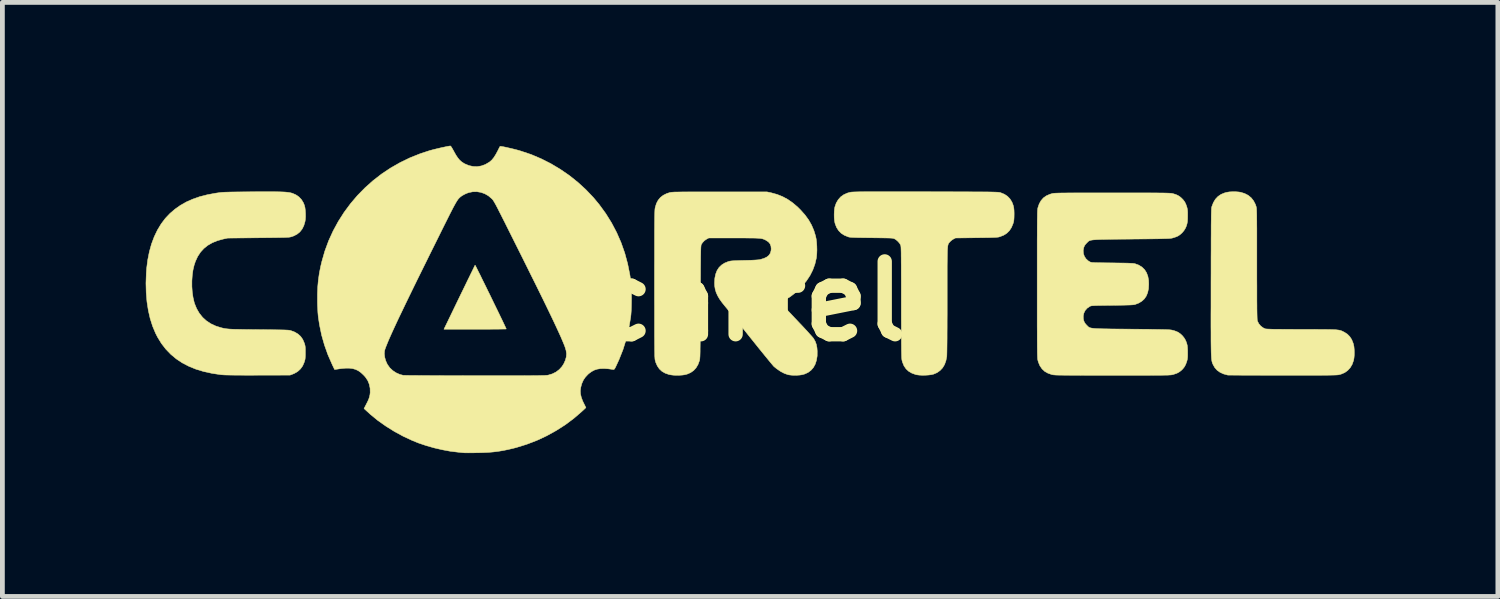
<source format=kicad_pcb>
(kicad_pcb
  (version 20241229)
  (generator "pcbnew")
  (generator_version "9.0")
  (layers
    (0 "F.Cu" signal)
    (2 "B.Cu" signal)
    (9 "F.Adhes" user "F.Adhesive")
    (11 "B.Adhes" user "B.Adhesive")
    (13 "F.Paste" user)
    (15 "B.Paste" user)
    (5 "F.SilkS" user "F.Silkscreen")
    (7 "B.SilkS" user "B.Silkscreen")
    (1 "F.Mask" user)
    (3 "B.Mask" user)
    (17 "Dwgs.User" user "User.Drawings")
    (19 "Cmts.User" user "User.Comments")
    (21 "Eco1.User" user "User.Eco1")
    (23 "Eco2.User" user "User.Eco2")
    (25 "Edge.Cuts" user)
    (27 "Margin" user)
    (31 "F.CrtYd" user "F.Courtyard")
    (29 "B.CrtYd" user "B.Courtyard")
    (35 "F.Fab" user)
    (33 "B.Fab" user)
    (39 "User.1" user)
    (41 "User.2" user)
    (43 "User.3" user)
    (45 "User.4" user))
  (footprint "cartel"
    (layer "F.Cu")
    (at 12.6 3.256)
    (property "Reference" "cartel" (at 0 0 0) (layer "F.SilkS") (effects (font (size 1.524 1.524) (thickness 0.3))))
    (attr through_hole)
    (fp_poly (pts (xy -5.702 -0.749) (xy -5.691 -0.729) (xy -5.674 -0.696) (xy -5.652 -0.651) (xy -5.625 -0.597) (xy -5.593 -0.534) (xy -5.559 -0.463) (xy -5.521 -0.387) (xy -5.481 -0.306) (xy -5.44 -0.221) (xy -5.397 -0.135) (xy -5.355 -0.048) (xy -5.313 0.039) (xy -5.272 0.123) (xy -5.232 0.205) (xy -5.195 0.281) (xy -5.161 0.352) (xy -5.13 0.416) (xy -5.104 0.471) (xy -5.083 0.516) (xy -5.067 0.55) (xy -5.057 0.571) (xy -5.055 0.579) (xy -5.063 0.58) (xy -5.087 0.581) (xy -5.125 0.581) (xy -5.176 0.582) (xy -5.239 0.583) (xy -5.313 0.583) (xy -5.396 0.584) (xy -5.486 0.584) (xy -5.583 0.584) (xy -5.686 0.584) (xy -5.706 0.584) (xy -6.358 0.584) (xy -6.279 0.421) (xy -6.221 0.301) (xy -6.164 0.183) (xy -6.108 0.067) (xy -6.054 -0.045) (xy -6.002 -0.152) (xy -5.952 -0.254) (xy -5.906 -0.349) (xy -5.864 -0.436) (xy -5.825 -0.515) (xy -5.791 -0.585) (xy -5.762 -0.644) (xy -5.739 -0.691) (xy -5.722 -0.727) (xy -5.711 -0.749) (xy -5.707 -0.756) (xy -5.702 -0.749)) (stroke (width 0.01) (type solid)) (fill yes) (layer "F.SilkS"))
    (fp_poly (pts (xy -9.931 -2.293) (xy -9.857 -2.292) (xy -9.794 -2.291) (xy -9.74 -2.289) (xy -9.694 -2.287) (xy -9.656 -2.284) (xy -9.623 -2.28) (xy -9.594 -2.276) (xy -9.569 -2.271) (xy -9.546 -2.265) (xy -9.531 -2.261) (xy -9.458 -2.229) (xy -9.394 -2.185) (xy -9.34 -2.128) (xy -9.299 -2.06) (xy -9.279 -2.009) (xy -9.267 -1.961) (xy -9.26 -1.903) (xy -9.256 -1.838) (xy -9.255 -1.773) (xy -9.259 -1.713) (xy -9.266 -1.669) (xy -9.291 -1.584) (xy -9.327 -1.512) (xy -9.375 -1.451) (xy -9.435 -1.403) (xy -9.508 -1.366) (xy -9.555 -1.35) (xy -9.566 -1.347) (xy -9.579 -1.345) (xy -9.595 -1.342) (xy -9.616 -1.34) (xy -9.642 -1.339) (xy -9.675 -1.337) (xy -9.717 -1.336) (xy -9.768 -1.335) (xy -9.829 -1.334) (xy -9.902 -1.333) (xy -9.988 -1.332) (xy -10.088 -1.331) (xy -10.204 -1.33) (xy -10.245 -1.329) (xy -10.884 -1.323) (xy -10.981 -1.302) (xy -11.101 -1.269) (xy -11.208 -1.225) (xy -11.302 -1.171) (xy -11.384 -1.105) (xy -11.454 -1.028) (xy -11.513 -0.938) (xy -11.56 -0.836) (xy -11.587 -0.755) (xy -11.611 -0.654) (xy -11.626 -0.544) (xy -11.634 -0.428) (xy -11.634 -0.309) (xy -11.626 -0.193) (xy -11.61 -0.083) (xy -11.587 0.017) (xy -11.579 0.045) (xy -11.535 0.153) (xy -11.479 0.25) (xy -11.411 0.335) (xy -11.331 0.408) (xy -11.239 0.469) (xy -11.136 0.517) (xy -11.032 0.55) (xy -11.005 0.557) (xy -10.98 0.563) (xy -10.956 0.568) (xy -10.931 0.572) (xy -10.904 0.576) (xy -10.873 0.579) (xy -10.838 0.582) (xy -10.796 0.584) (xy -10.747 0.586) (xy -10.689 0.587) (xy -10.62 0.588) (xy -10.54 0.59) (xy -10.447 0.591) (xy -10.339 0.592) (xy -10.236 0.593) (xy -10.117 0.594) (xy -10.014 0.595) (xy -9.925 0.596) (xy -9.85 0.597) (xy -9.786 0.598) (xy -9.734 0.599) (xy -9.691 0.6) (xy -9.656 0.602) (xy -9.628 0.603) (xy -9.607 0.605) (xy -9.59 0.607) (xy -9.576 0.61) (xy -9.565 0.613) (xy -9.564 0.613) (xy -9.482 0.644) (xy -9.413 0.685) (xy -9.357 0.736) (xy -9.313 0.799) (xy -9.281 0.874) (xy -9.277 0.884) (xy -9.27 0.91) (xy -9.264 0.936) (xy -9.261 0.964) (xy -9.259 0.999) (xy -9.259 1.045) (xy -9.259 1.075) (xy -9.259 1.127) (xy -9.261 1.166) (xy -9.263 1.197) (xy -9.267 1.222) (xy -9.274 1.247) (xy -9.282 1.274) (xy -9.315 1.351) (xy -9.36 1.414) (xy -9.416 1.466) (xy -9.484 1.507) (xy -9.526 1.525) (xy -9.58 1.545) (xy -10.249 1.546) (xy -10.383 1.547) (xy -10.501 1.547) (xy -10.605 1.546) (xy -10.695 1.546) (xy -10.772 1.545) (xy -10.837 1.544) (xy -10.892 1.543) (xy -10.937 1.542) (xy -10.974 1.54) (xy -11.003 1.538) (xy -11.019 1.537) (xy -11.207 1.509) (xy -11.383 1.471) (xy -11.546 1.422) (xy -11.696 1.361) (xy -11.835 1.289) (xy -11.961 1.205) (xy -12.076 1.109) (xy -12.179 1.002) (xy -12.271 0.883) (xy -12.352 0.751) (xy -12.394 0.669) (xy -12.456 0.521) (xy -12.507 0.361) (xy -12.546 0.19) (xy -12.574 0.009) (xy -12.59 -0.182) (xy -12.595 -0.38) (xy -12.588 -0.586) (xy -12.581 -0.686) (xy -12.558 -0.866) (xy -12.524 -1.037) (xy -12.479 -1.199) (xy -12.422 -1.351) (xy -12.355 -1.491) (xy -12.277 -1.62) (xy -12.189 -1.737) (xy -12.094 -1.837) (xy -11.987 -1.929) (xy -11.872 -2.01) (xy -11.748 -2.08) (xy -11.614 -2.139) (xy -11.469 -2.19) (xy -11.312 -2.23) (xy -11.141 -2.262) (xy -11.057 -2.274) (xy -11.033 -2.277) (xy -11.005 -2.28) (xy -10.972 -2.282) (xy -10.932 -2.284) (xy -10.885 -2.285) (xy -10.829 -2.287) (xy -10.763 -2.288) (xy -10.685 -2.289) (xy -10.594 -2.29) (xy -10.49 -2.291) (xy -10.369 -2.292) (xy -10.358 -2.292) (xy -10.229 -2.293) (xy -10.116 -2.293) (xy -10.017 -2.293) (xy -9.931 -2.293)) (stroke (width 0.01) (type solid)) (fill yes) (layer "F.SilkS"))
    (fp_poly (pts (xy 10.213 -2.293) (xy 10.274 -2.288) (xy 10.316 -2.282) (xy 10.4 -2.256) (xy 10.474 -2.218) (xy 10.536 -2.167) (xy 10.586 -2.104) (xy 10.625 -2.029) (xy 10.64 -1.985) (xy 10.642 -1.977) (xy 10.644 -1.968) (xy 10.646 -1.956) (xy 10.648 -1.942) (xy 10.649 -1.923) (xy 10.65 -1.9) (xy 10.651 -1.871) (xy 10.652 -1.836) (xy 10.653 -1.793) (xy 10.653 -1.742) (xy 10.654 -1.681) (xy 10.654 -1.611) (xy 10.655 -1.529) (xy 10.655 -1.436) (xy 10.655 -1.331) (xy 10.655 -1.211) (xy 10.655 -1.077) (xy 10.655 -0.928) (xy 10.655 -0.779) (xy 10.655 -0.612) (xy 10.655 -0.461) (xy 10.656 -0.326) (xy 10.656 -0.204) (xy 10.656 -0.097) (xy 10.656 -0.003) (xy 10.657 0.079) (xy 10.657 0.15) (xy 10.658 0.211) (xy 10.659 0.262) (xy 10.66 0.303) (xy 10.661 0.337) (xy 10.662 0.364) (xy 10.663 0.384) (xy 10.665 0.398) (xy 10.666 0.407) (xy 10.667 0.411) (xy 10.695 0.468) (xy 10.736 0.517) (xy 10.787 0.555) (xy 10.832 0.576) (xy 10.842 0.578) (xy 10.859 0.579) (xy 10.884 0.581) (xy 10.917 0.582) (xy 10.961 0.584) (xy 11.015 0.585) (xy 11.081 0.585) (xy 11.159 0.586) (xy 11.251 0.587) (xy 11.357 0.587) (xy 11.478 0.588) (xy 11.594 0.588) (xy 11.727 0.588) (xy 11.843 0.588) (xy 11.945 0.589) (xy 12.034 0.589) (xy 12.11 0.59) (xy 12.175 0.591) (xy 12.23 0.592) (xy 12.276 0.594) (xy 12.314 0.596) (xy 12.346 0.6) (xy 12.373 0.603) (xy 12.395 0.608) (xy 12.414 0.613) (xy 12.431 0.62) (xy 12.448 0.627) (xy 12.464 0.636) (xy 12.483 0.645) (xy 12.49 0.649) (xy 12.551 0.689) (xy 12.601 0.74) (xy 12.641 0.802) (xy 12.671 0.878) (xy 12.679 0.906) (xy 12.688 0.95) (xy 12.693 1.006) (xy 12.695 1.067) (xy 12.694 1.129) (xy 12.689 1.186) (xy 12.681 1.232) (xy 12.68 1.236) (xy 12.651 1.319) (xy 12.61 1.389) (xy 12.558 1.446) (xy 12.495 1.492) (xy 12.42 1.524) (xy 12.371 1.537) (xy 12.361 1.539) (xy 12.346 1.54) (xy 12.326 1.542) (xy 12.3 1.543) (xy 12.268 1.544) (xy 12.228 1.545) (xy 12.18 1.546) (xy 12.122 1.547) (xy 12.055 1.547) (xy 11.976 1.548) (xy 11.886 1.548) (xy 11.783 1.548) (xy 11.667 1.548) (xy 11.537 1.548) (xy 11.391 1.548) (xy 11.23 1.548) (xy 11.189 1.548) (xy 11.052 1.548) (xy 10.919 1.548) (xy 10.792 1.548) (xy 10.672 1.547) (xy 10.559 1.547) (xy 10.455 1.547) (xy 10.36 1.547) (xy 10.276 1.546) (xy 10.203 1.546) (xy 10.143 1.545) (xy 10.096 1.545) (xy 10.064 1.545) (xy 10.048 1.544) (xy 10.046 1.544) (xy 9.958 1.52) (xy 9.884 1.486) (xy 9.823 1.442) (xy 9.775 1.388) (xy 9.744 1.334) (xy 9.738 1.321) (xy 9.732 1.309) (xy 9.727 1.298) (xy 9.723 1.286) (xy 9.719 1.272) (xy 9.715 1.257) (xy 9.712 1.239) (xy 9.709 1.217) (xy 9.706 1.191) (xy 9.704 1.16) (xy 9.702 1.123) (xy 9.7 1.08) (xy 9.699 1.029) (xy 9.698 0.97) (xy 9.697 0.903) (xy 9.696 0.826) (xy 9.696 0.738) (xy 9.696 0.64) (xy 9.695 0.53) (xy 9.695 0.407) (xy 9.695 0.271) (xy 9.696 0.122) (xy 9.696 -0.043) (xy 9.696 -0.223) (xy 9.696 -0.398) (xy 9.697 -0.588) (xy 9.697 -0.762) (xy 9.697 -0.92) (xy 9.698 -1.064) (xy 9.698 -1.194) (xy 9.698 -1.31) (xy 9.699 -1.414) (xy 9.699 -1.506) (xy 9.699 -1.588) (xy 9.7 -1.659) (xy 9.701 -1.72) (xy 9.701 -1.773) (xy 9.702 -1.818) (xy 9.703 -1.856) (xy 9.704 -1.887) (xy 9.705 -1.912) (xy 9.706 -1.933) (xy 9.707 -1.949) (xy 9.709 -1.961) (xy 9.71 -1.971) (xy 9.712 -1.979) (xy 9.714 -1.984) (xy 9.746 -2.067) (xy 9.788 -2.137) (xy 9.842 -2.194) (xy 9.906 -2.238) (xy 9.982 -2.269) (xy 10.031 -2.282) (xy 10.084 -2.29) (xy 10.147 -2.293) (xy 10.213 -2.293)) (stroke (width 0.01) (type solid)) (fill yes) (layer "F.SilkS"))
    (fp_poly (pts (xy 3.059 -2.293) (xy 3.202 -2.293) (xy 3.359 -2.293) (xy 3.532 -2.293) (xy 3.721 -2.293) (xy 3.909 -2.292) (xy 4.081 -2.292) (xy 4.237 -2.292) (xy 4.379 -2.291) (xy 4.506 -2.291) (xy 4.621 -2.291) (xy 4.723 -2.29) (xy 4.814 -2.29) (xy 4.893 -2.29) (xy 4.963 -2.289) (xy 5.023 -2.289) (xy 5.075 -2.288) (xy 5.119 -2.287) (xy 5.155 -2.286) (xy 5.186 -2.285) (xy 5.211 -2.284) (xy 5.231 -2.283) (xy 5.247 -2.282) (xy 5.259 -2.28) (xy 5.27 -2.279) (xy 5.278 -2.277) (xy 5.285 -2.275) (xy 5.293 -2.273) (xy 5.293 -2.273) (xy 5.371 -2.241) (xy 5.436 -2.198) (xy 5.488 -2.144) (xy 5.528 -2.08) (xy 5.528 -2.08) (xy 5.546 -2.037) (xy 5.559 -1.997) (xy 5.568 -1.955) (xy 5.573 -1.907) (xy 5.575 -1.849) (xy 5.575 -1.812) (xy 5.574 -1.761) (xy 5.572 -1.722) (xy 5.569 -1.692) (xy 5.564 -1.665) (xy 5.557 -1.638) (xy 5.552 -1.624) (xy 5.519 -1.544) (xy 5.476 -1.478) (xy 5.422 -1.425) (xy 5.356 -1.383) (xy 5.277 -1.352) (xy 5.27 -1.35) (xy 5.257 -1.346) (xy 5.241 -1.343) (xy 5.222 -1.341) (xy 5.197 -1.339) (xy 5.166 -1.337) (xy 5.126 -1.336) (xy 5.076 -1.334) (xy 5.014 -1.333) (xy 4.94 -1.332) (xy 4.851 -1.331) (xy 4.784 -1.33) (xy 4.348 -1.325) (xy 4.304 -1.302) (xy 4.273 -1.282) (xy 4.243 -1.257) (xy 4.231 -1.244) (xy 4.223 -1.235) (xy 4.215 -1.227) (xy 4.209 -1.219) (xy 4.203 -1.211) (xy 4.198 -1.201) (xy 4.194 -1.188) (xy 4.19 -1.173) (xy 4.186 -1.153) (xy 4.184 -1.128) (xy 4.181 -1.097) (xy 4.179 -1.059) (xy 4.178 -1.013) (xy 4.177 -0.959) (xy 4.176 -0.895) (xy 4.175 -0.822) (xy 4.174 -0.736) (xy 4.174 -0.639) (xy 4.174 -0.529) (xy 4.174 -0.405) (xy 4.174 -0.266) (xy 4.174 -0.111) (xy 4.174 -0.026) (xy 4.174 0.129) (xy 4.174 0.277) (xy 4.173 0.416) (xy 4.173 0.545) (xy 4.172 0.664) (xy 4.172 0.773) (xy 4.171 0.869) (xy 4.17 0.953) (xy 4.169 1.023) (xy 4.168 1.079) (xy 4.167 1.12) (xy 4.166 1.145) (xy 4.166 1.151) (xy 4.148 1.243) (xy 4.119 1.324) (xy 4.078 1.393) (xy 4.025 1.449) (xy 3.961 1.494) (xy 3.888 1.525) (xy 3.842 1.536) (xy 3.784 1.543) (xy 3.719 1.547) (xy 3.653 1.548) (xy 3.591 1.545) (xy 3.537 1.538) (xy 3.515 1.533) (xy 3.435 1.504) (xy 3.368 1.465) (xy 3.314 1.415) (xy 3.271 1.353) (xy 3.24 1.278) (xy 3.229 1.239) (xy 3.227 1.229) (xy 3.225 1.218) (xy 3.224 1.203) (xy 3.222 1.184) (xy 3.221 1.161) (xy 3.22 1.132) (xy 3.219 1.096) (xy 3.218 1.053) (xy 3.217 1.001) (xy 3.217 0.941) (xy 3.216 0.871) (xy 3.216 0.789) (xy 3.215 0.696) (xy 3.215 0.591) (xy 3.215 0.471) (xy 3.214 0.338) (xy 3.214 0.19) (xy 3.214 0.025) (xy 3.214 0.017) (xy 3.214 -0.148) (xy 3.214 -0.296) (xy 3.214 -0.429) (xy 3.213 -0.548) (xy 3.213 -0.653) (xy 3.213 -0.746) (xy 3.212 -0.827) (xy 3.212 -0.897) (xy 3.211 -0.956) (xy 3.211 -1.006) (xy 3.21 -1.048) (xy 3.209 -1.083) (xy 3.208 -1.11) (xy 3.207 -1.132) (xy 3.205 -1.148) (xy 3.204 -1.16) (xy 3.202 -1.169) (xy 3.2 -1.176) (xy 3.199 -1.178) (xy 3.176 -1.217) (xy 3.142 -1.255) (xy 3.104 -1.288) (xy 3.075 -1.306) (xy 3.066 -1.31) (xy 3.057 -1.313) (xy 3.046 -1.317) (xy 3.033 -1.319) (xy 3.015 -1.321) (xy 2.991 -1.323) (xy 2.959 -1.324) (xy 2.919 -1.325) (xy 2.868 -1.326) (xy 2.806 -1.327) (xy 2.73 -1.328) (xy 2.64 -1.329) (xy 2.591 -1.33) (xy 2.491 -1.331) (xy 2.407 -1.332) (xy 2.337 -1.333) (xy 2.279 -1.334) (xy 2.233 -1.336) (xy 2.195 -1.337) (xy 2.166 -1.339) (xy 2.144 -1.341) (xy 2.126 -1.343) (xy 2.112 -1.346) (xy 2.1 -1.35) (xy 2.1 -1.35) (xy 2.02 -1.383) (xy 1.955 -1.425) (xy 1.902 -1.479) (xy 1.86 -1.544) (xy 1.83 -1.621) (xy 1.823 -1.648) (xy 1.815 -1.695) (xy 1.81 -1.752) (xy 1.809 -1.814) (xy 1.811 -1.876) (xy 1.816 -1.931) (xy 1.823 -1.973) (xy 1.852 -2.056) (xy 1.893 -2.126) (xy 1.945 -2.185) (xy 2.009 -2.231) (xy 2.085 -2.265) (xy 2.142 -2.281) (xy 2.151 -2.283) (xy 2.162 -2.284) (xy 2.175 -2.286) (xy 2.192 -2.287) (xy 2.213 -2.288) (xy 2.239 -2.289) (xy 2.27 -2.29) (xy 2.308 -2.291) (xy 2.353 -2.292) (xy 2.405 -2.292) (xy 2.467 -2.293) (xy 2.538 -2.293) (xy 2.618 -2.293) (xy 2.71 -2.293) (xy 2.814 -2.293) (xy 2.93 -2.293) (xy 3.059 -2.293)) (stroke (width 0.01) (type solid)) (fill yes) (layer "F.SilkS"))
    (fp_poly (pts (xy 0.491 -2.271) (xy 0.614 -2.237) (xy 0.729 -2.191) (xy 0.838 -2.132) (xy 0.943 -2.059) (xy 1.047 -1.97) (xy 1.106 -1.911) (xy 1.197 -1.809) (xy 1.273 -1.705) (xy 1.335 -1.596) (xy 1.384 -1.482) (xy 1.419 -1.367) (xy 1.432 -1.306) (xy 1.441 -1.233) (xy 1.446 -1.153) (xy 1.448 -1.072) (xy 1.445 -0.995) (xy 1.439 -0.926) (xy 1.436 -0.906) (xy 1.406 -0.778) (xy 1.362 -0.657) (xy 1.303 -0.54) (xy 1.229 -0.428) (xy 1.139 -0.318) (xy 1.105 -0.281) (xy 1.002 -0.183) (xy 0.894 -0.1) (xy 0.782 -0.032) (xy 0.768 -0.025) (xy 0.733 -0.007) (xy 0.705 0.009) (xy 0.686 0.021) (xy 0.679 0.026) (xy 0.679 0.026) (xy 0.686 0.033) (xy 0.702 0.051) (xy 0.729 0.079) (xy 0.763 0.116) (xy 0.806 0.161) (xy 0.855 0.213) (xy 0.909 0.27) (xy 0.967 0.332) (xy 1.015 0.382) (xy 1.077 0.448) (xy 1.137 0.511) (xy 1.193 0.571) (xy 1.244 0.626) (xy 1.288 0.675) (xy 1.325 0.716) (xy 1.353 0.748) (xy 1.372 0.77) (xy 1.378 0.779) (xy 1.412 0.839) (xy 1.435 0.902) (xy 1.449 0.973) (xy 1.454 1.042) (xy 1.453 1.144) (xy 1.438 1.236) (xy 1.412 1.316) (xy 1.374 1.386) (xy 1.324 1.443) (xy 1.263 1.489) (xy 1.191 1.522) (xy 1.136 1.537) (xy 1.088 1.544) (xy 1.031 1.548) (xy 0.971 1.549) (xy 0.914 1.546) (xy 0.865 1.54) (xy 0.844 1.536) (xy 0.766 1.509) (xy 0.686 1.467) (xy 0.606 1.412) (xy 0.547 1.364) (xy 0.537 1.353) (xy 0.517 1.329) (xy 0.488 1.295) (xy 0.451 1.25) (xy 0.407 1.196) (xy 0.356 1.134) (xy 0.3 1.065) (xy 0.239 0.99) (xy 0.175 0.91) (xy 0.107 0.825) (xy 0.056 0.762) (xy -0.014 0.674) (xy -0.083 0.588) (xy -0.149 0.506) (xy -0.212 0.428) (xy -0.27 0.355) (xy -0.323 0.29) (xy -0.37 0.232) (xy -0.409 0.184) (xy -0.44 0.145) (xy -0.462 0.119) (xy -0.471 0.108) (xy -0.537 0.026) (xy -0.59 -0.048) (xy -0.631 -0.118) (xy -0.661 -0.185) (xy -0.681 -0.252) (xy -0.692 -0.32) (xy -0.695 -0.385) (xy -0.689 -0.484) (xy -0.671 -0.57) (xy -0.642 -0.645) (xy -0.601 -0.708) (xy -0.547 -0.76) (xy -0.481 -0.802) (xy -0.411 -0.83) (xy -0.393 -0.835) (xy -0.376 -0.84) (xy -0.356 -0.843) (xy -0.332 -0.846) (xy -0.301 -0.848) (xy -0.262 -0.85) (xy -0.213 -0.852) (xy -0.151 -0.854) (xy -0.074 -0.856) (xy -0.072 -0.856) (xy 0.015 -0.858) (xy 0.087 -0.86) (xy 0.145 -0.863) (xy 0.191 -0.866) (xy 0.227 -0.869) (xy 0.254 -0.873) (xy 0.266 -0.876) (xy 0.339 -0.898) (xy 0.398 -0.926) (xy 0.442 -0.961) (xy 0.471 -1.004) (xy 0.487 -1.055) (xy 0.491 -1.098) (xy 0.485 -1.156) (xy 0.466 -1.204) (xy 0.433 -1.243) (xy 0.385 -1.275) (xy 0.383 -1.276) (xy 0.365 -1.286) (xy 0.348 -1.294) (xy 0.33 -1.301) (xy 0.312 -1.307) (xy 0.291 -1.312) (xy 0.265 -1.316) (xy 0.234 -1.319) (xy 0.196 -1.321) (xy 0.149 -1.323) (xy 0.093 -1.324) (xy 0.026 -1.324) (xy -0.053 -1.325) (xy -0.147 -1.325) (xy -0.255 -1.325) (xy -0.288 -1.325) (xy -0.817 -1.325) (xy -0.86 -1.302) (xy -0.908 -1.269) (xy -0.948 -1.226) (xy -0.973 -1.186) (xy -0.975 -1.181) (xy -0.976 -1.173) (xy -0.978 -1.161) (xy -0.979 -1.146) (xy -0.981 -1.126) (xy -0.982 -1.1) (xy -0.983 -1.067) (xy -0.984 -1.027) (xy -0.985 -0.978) (xy -0.986 -0.92) (xy -0.986 -0.853) (xy -0.987 -0.774) (xy -0.988 -0.684) (xy -0.988 -0.581) (xy -0.989 -0.465) (xy -0.989 -0.334) (xy -0.99 -0.189) (xy -0.991 -0.028) (xy -0.991 0.017) (xy -0.991 0.182) (xy -0.992 0.331) (xy -0.993 0.465) (xy -0.993 0.584) (xy -0.994 0.69) (xy -0.994 0.784) (xy -0.995 0.865) (xy -0.996 0.936) (xy -0.997 0.997) (xy -0.997 1.048) (xy -0.998 1.091) (xy -0.999 1.127) (xy -1 1.156) (xy -1.002 1.18) (xy -1.003 1.198) (xy -1.005 1.213) (xy -1.007 1.224) (xy -1.008 1.234) (xy -1.01 1.24) (xy -1.041 1.324) (xy -1.082 1.393) (xy -1.133 1.449) (xy -1.195 1.492) (xy -1.268 1.524) (xy -1.318 1.537) (xy -1.369 1.544) (xy -1.429 1.548) (xy -1.494 1.549) (xy -1.558 1.546) (xy -1.614 1.539) (xy -1.649 1.532) (xy -1.729 1.504) (xy -1.795 1.466) (xy -1.85 1.415) (xy -1.893 1.352) (xy -1.926 1.277) (xy -1.937 1.238) (xy -1.939 1.23) (xy -1.94 1.221) (xy -1.942 1.21) (xy -1.943 1.195) (xy -1.944 1.177) (xy -1.946 1.154) (xy -1.947 1.126) (xy -1.947 1.092) (xy -1.948 1.052) (xy -1.949 1.004) (xy -1.949 0.948) (xy -1.95 0.882) (xy -1.95 0.807) (xy -1.951 0.722) (xy -1.951 0.626) (xy -1.951 0.517) (xy -1.951 0.396) (xy -1.951 0.261) (xy -1.951 0.113) (xy -1.952 -0.051) (xy -1.952 -0.23) (xy -1.952 -0.36) (xy -1.952 -0.55) (xy -1.952 -0.724) (xy -1.951 -0.882) (xy -1.951 -1.026) (xy -1.951 -1.156) (xy -1.951 -1.273) (xy -1.951 -1.377) (xy -1.951 -1.47) (xy -1.95 -1.551) (xy -1.95 -1.623) (xy -1.949 -1.685) (xy -1.949 -1.739) (xy -1.948 -1.785) (xy -1.947 -1.823) (xy -1.946 -1.855) (xy -1.945 -1.882) (xy -1.944 -1.904) (xy -1.943 -1.921) (xy -1.941 -1.936) (xy -1.94 -1.947) (xy -1.938 -1.957) (xy -1.936 -1.966) (xy -1.936 -1.966) (xy -1.911 -2.048) (xy -1.875 -2.116) (xy -1.828 -2.173) (xy -1.768 -2.219) (xy -1.696 -2.255) (xy -1.634 -2.275) (xy -1.625 -2.277) (xy -1.614 -2.279) (xy -1.602 -2.281) (xy -1.586 -2.283) (xy -1.566 -2.284) (xy -1.541 -2.286) (xy -1.51 -2.287) (xy -1.472 -2.287) (xy -1.426 -2.288) (xy -1.371 -2.289) (xy -1.306 -2.289) (xy -1.23 -2.29) (xy -1.143 -2.29) (xy -1.043 -2.29) (xy -0.929 -2.29) (xy -0.801 -2.29) (xy -0.657 -2.29) (xy -0.588 -2.29) (xy 0.402 -2.29) (xy 0.491 -2.271)) (stroke (width 0.01) (type solid)) (fill yes) (layer "F.SilkS"))
    (fp_poly (pts (xy -6.214 -3.244) (xy -6.199 -3.223) (xy -6.179 -3.189) (xy -6.154 -3.145) (xy -6.147 -3.131) (xy -6.107 -3.06) (xy -6.069 -3.003) (xy -6.031 -2.957) (xy -5.99 -2.92) (xy -5.943 -2.889) (xy -5.922 -2.877) (xy -5.836 -2.841) (xy -5.75 -2.822) (xy -5.663 -2.819) (xy -5.577 -2.833) (xy -5.493 -2.863) (xy -5.413 -2.91) (xy -5.396 -2.922) (xy -5.355 -2.959) (xy -5.314 -3.009) (xy -5.273 -3.074) (xy -5.232 -3.15) (xy -5.215 -3.185) (xy -5.2 -3.214) (xy -5.189 -3.234) (xy -5.185 -3.242) (xy -5.174 -3.243) (xy -5.15 -3.24) (xy -5.113 -3.234) (xy -5.068 -3.225) (xy -5.016 -3.213) (xy -4.959 -3.2) (xy -4.9 -3.186) (xy -4.841 -3.171) (xy -4.786 -3.156) (xy -4.747 -3.144) (xy -4.532 -3.072) (xy -4.323 -2.983) (xy -4.119 -2.88) (xy -3.922 -2.762) (xy -3.733 -2.632) (xy -3.553 -2.488) (xy -3.385 -2.334) (xy -3.228 -2.169) (xy -3.111 -2.028) (xy -2.973 -1.839) (xy -2.851 -1.643) (xy -2.744 -1.44) (xy -2.652 -1.23) (xy -2.575 -1.012) (xy -2.514 -0.787) (xy -2.467 -0.553) (xy -2.45 -0.44) (xy -2.444 -0.383) (xy -2.439 -0.312) (xy -2.436 -0.232) (xy -2.434 -0.144) (xy -2.433 -0.053) (xy -2.434 0.037) (xy -2.436 0.125) (xy -2.439 0.205) (xy -2.444 0.275) (xy -2.45 0.33) (xy -2.489 0.565) (xy -2.543 0.793) (xy -2.611 1.011) (xy -2.694 1.22) (xy -2.761 1.365) (xy -2.777 1.397) (xy -2.789 1.416) (xy -2.799 1.425) (xy -2.809 1.428) (xy -2.817 1.427) (xy -2.918 1.413) (xy -3.005 1.407) (xy -3.082 1.409) (xy -3.15 1.42) (xy -3.211 1.44) (xy -3.267 1.47) (xy -3.321 1.509) (xy -3.345 1.53) (xy -3.399 1.588) (xy -3.44 1.648) (xy -3.471 1.718) (xy -3.475 1.729) (xy -3.495 1.803) (xy -3.504 1.872) (xy -3.5 1.94) (xy -3.484 2.009) (xy -3.456 2.085) (xy -3.437 2.125) (xy -3.387 2.226) (xy -3.474 2.307) (xy -3.641 2.451) (xy -3.82 2.585) (xy -4.01 2.706) (xy -4.209 2.816) (xy -4.415 2.912) (xy -4.626 2.993) (xy -4.842 3.06) (xy -4.912 3.078) (xy -5.024 3.104) (xy -5.127 3.125) (xy -5.226 3.141) (xy -5.324 3.153) (xy -5.427 3.162) (xy -5.538 3.167) (xy -5.661 3.17) (xy -5.673 3.17) (xy -5.736 3.171) (xy -5.796 3.171) (xy -5.849 3.172) (xy -5.893 3.171) (xy -5.925 3.171) (xy -5.943 3.17) (xy -5.944 3.17) (xy -5.964 3.168) (xy -5.997 3.165) (xy -6.036 3.161) (xy -6.071 3.157) (xy -6.228 3.138) (xy -6.393 3.107) (xy -6.562 3.068) (xy -6.728 3.021) (xy -6.888 2.967) (xy -7.018 2.915) (xy -7.209 2.826) (xy -7.395 2.725) (xy -7.574 2.613) (xy -7.744 2.493) (xy -7.9 2.365) (xy -7.971 2.3) (xy -8.031 2.245) (xy -7.986 2.159) (xy -7.955 2.098) (xy -7.932 2.046) (xy -7.917 1.999) (xy -7.907 1.955) (xy -7.902 1.909) (xy -7.904 1.819) (xy -7.922 1.734) (xy -7.955 1.655) (xy -8.005 1.582) (xy -8.043 1.541) (xy -8.097 1.491) (xy -8.151 1.453) (xy -8.208 1.426) (xy -8.27 1.408) (xy -8.338 1.4) (xy -8.417 1.4) (xy -8.507 1.408) (xy -8.542 1.413) (xy -8.647 1.428) (xy -8.696 1.326) (xy -8.785 1.123) (xy -8.793 1.101) (xy -7.606 1.101) (xy -7.598 1.17) (xy -7.578 1.243) (xy -7.547 1.312) (xy -7.539 1.326) (xy -7.491 1.393) (xy -7.43 1.45) (xy -7.359 1.497) (xy -7.282 1.531) (xy -7.211 1.549) (xy -7.198 1.549) (xy -7.169 1.55) (xy -7.124 1.551) (xy -7.066 1.552) (xy -6.994 1.552) (xy -6.91 1.553) (xy -6.814 1.554) (xy -6.708 1.554) (xy -6.591 1.555) (xy -6.466 1.555) (xy -6.333 1.556) (xy -6.193 1.556) (xy -6.047 1.556) (xy -5.895 1.557) (xy -5.739 1.557) (xy -5.704 1.557) (xy -5.517 1.557) (xy -5.347 1.557) (xy -5.192 1.557) (xy -5.051 1.557) (xy -4.925 1.557) (xy -4.811 1.557) (xy -4.71 1.557) (xy -4.621 1.556) (xy -4.542 1.556) (xy -4.474 1.555) (xy -4.415 1.555) (xy -4.364 1.554) (xy -4.321 1.553) (xy -4.285 1.553) (xy -4.256 1.552) (xy -4.232 1.55) (xy -4.212 1.549) (xy -4.197 1.548) (xy -4.185 1.546) (xy -4.176 1.545) (xy -4.09 1.519) (xy -4.012 1.48) (xy -3.944 1.428) (xy -3.887 1.365) (xy -3.85 1.307) (xy -3.817 1.233) (xy -3.798 1.164) (xy -3.793 1.096) (xy -3.803 1.027) (xy -3.824 0.958) (xy -3.841 0.913) (xy -3.862 0.862) (xy -3.886 0.805) (xy -3.913 0.742) (xy -3.945 0.671) (xy -3.981 0.593) (xy -4.021 0.507) (xy -4.066 0.411) (xy -4.116 0.306) (xy -4.171 0.192) (xy -4.232 0.066) (xy -4.299 -0.071) (xy -4.372 -0.219) (xy -4.451 -0.38) (xy -4.538 -0.554) (xy -4.631 -0.742) (xy -4.731 -0.943) (xy -4.789 -1.059) (xy -4.862 -1.205) (xy -4.928 -1.337) (xy -4.987 -1.455) (xy -5.04 -1.561) (xy -5.086 -1.654) (xy -5.128 -1.736) (xy -5.164 -1.808) (xy -5.196 -1.87) (xy -5.223 -1.924) (xy -5.246 -1.969) (xy -5.266 -2.007) (xy -5.283 -2.038) (xy -5.298 -2.064) (xy -5.31 -2.085) (xy -5.32 -2.101) (xy -5.329 -2.115) (xy -5.337 -2.126) (xy -5.345 -2.135) (xy -5.352 -2.143) (xy -5.36 -2.15) (xy -5.361 -2.151) (xy -5.428 -2.208) (xy -5.503 -2.251) (xy -5.584 -2.28) (xy -5.668 -2.294) (xy -5.753 -2.293) (xy -5.838 -2.276) (xy -5.855 -2.27) (xy -5.895 -2.255) (xy -5.936 -2.235) (xy -5.969 -2.216) (xy -5.972 -2.215) (xy -5.99 -2.203) (xy -6.006 -2.191) (xy -6.021 -2.179) (xy -6.035 -2.166) (xy -6.05 -2.15) (xy -6.066 -2.131) (xy -6.082 -2.107) (xy -6.101 -2.077) (xy -6.121 -2.042) (xy -6.145 -1.999) (xy -6.173 -1.947) (xy -6.204 -1.886) (xy -6.241 -1.814) (xy -6.282 -1.732) (xy -6.33 -1.636) (xy -6.384 -1.528) (xy -6.432 -1.431) (xy -6.547 -1.199) (xy -6.655 -0.982) (xy -6.755 -0.779) (xy -6.849 -0.589) (xy -6.936 -0.413) (xy -7.016 -0.249) (xy -7.09 -0.097) (xy -7.158 0.043) (xy -7.22 0.173) (xy -7.277 0.291) (xy -7.329 0.4) (xy -7.375 0.499) (xy -7.417 0.59) (xy -7.454 0.671) (xy -7.487 0.745) (xy -7.516 0.811) (xy -7.541 0.871) (xy -7.562 0.924) (xy -7.572 0.948) (xy -7.588 0.991) (xy -7.598 1.023) (xy -7.603 1.05) (xy -7.606 1.078) (xy -7.606 1.101) (xy -8.793 1.101) (xy -8.858 0.919) (xy -8.918 0.71) (xy -8.963 0.493) (xy -8.988 0.33) (xy -8.992 0.288) (xy -8.997 0.232) (xy -9 0.167) (xy -9.004 0.096) (xy -9.006 0.024) (xy -9.006 0.008) (xy -9.006 -0.152) (xy -9 -0.301) (xy -8.987 -0.443) (xy -8.967 -0.584) (xy -8.939 -0.727) (xy -8.914 -0.832) (xy -8.851 -1.052) (xy -8.772 -1.266) (xy -8.678 -1.472) (xy -8.57 -1.671) (xy -8.449 -1.861) (xy -8.315 -2.042) (xy -8.169 -2.214) (xy -8.011 -2.375) (xy -7.843 -2.525) (xy -7.664 -2.664) (xy -7.475 -2.79) (xy -7.277 -2.903) (xy -7.071 -3.003) (xy -6.856 -3.089) (xy -6.655 -3.155) (xy -6.613 -3.166) (xy -6.564 -3.179) (xy -6.509 -3.192) (xy -6.451 -3.206) (xy -6.395 -3.219) (xy -6.341 -3.23) (xy -6.294 -3.24) (xy -6.256 -3.247) (xy -6.23 -3.251) (xy -6.223 -3.251) (xy -6.214 -3.244)) (stroke (width 0.01) (type solid)) (fill yes) (layer "F.SilkS"))
    (fp_poly (pts (xy 7.8 -2.269) (xy 7.95 -2.269) (xy 8.086 -2.269) (xy 8.207 -2.269) (xy 8.315 -2.269) (xy 8.41 -2.269) (xy 8.493 -2.268) (xy 8.566 -2.268) (xy 8.628 -2.267) (xy 8.681 -2.267) (xy 8.726 -2.266) (xy 8.764 -2.265) (xy 8.795 -2.264) (xy 8.82 -2.263) (xy 8.841 -2.262) (xy 8.858 -2.26) (xy 8.871 -2.259) (xy 8.882 -2.257) (xy 8.892 -2.255) (xy 8.901 -2.253) (xy 8.959 -2.235) (xy 9.006 -2.214) (xy 9.047 -2.187) (xy 9.082 -2.157) (xy 9.119 -2.117) (xy 9.148 -2.077) (xy 9.171 -2.029) (xy 9.188 -1.981) (xy 9.196 -1.953) (xy 9.201 -1.927) (xy 9.205 -1.898) (xy 9.207 -1.863) (xy 9.207 -1.817) (xy 9.207 -1.791) (xy 9.206 -1.725) (xy 9.203 -1.672) (xy 9.195 -1.627) (xy 9.184 -1.587) (xy 9.168 -1.546) (xy 9.155 -1.521) (xy 9.127 -1.476) (xy 9.089 -1.432) (xy 9.046 -1.394) (xy 9.009 -1.369) (xy 8.98 -1.355) (xy 8.942 -1.341) (xy 8.903 -1.329) (xy 8.901 -1.328) (xy 8.89 -1.325) (xy 8.878 -1.322) (xy 8.864 -1.32) (xy 8.849 -1.318) (xy 8.829 -1.316) (xy 8.805 -1.314) (xy 8.776 -1.313) (xy 8.739 -1.312) (xy 8.695 -1.311) (xy 8.641 -1.309) (xy 8.578 -1.308) (xy 8.503 -1.307) (xy 8.416 -1.306) (xy 8.315 -1.305) (xy 8.2 -1.304) (xy 8.07 -1.303) (xy 8.035 -1.302) (xy 7.895 -1.301) (xy 7.771 -1.3) (xy 7.662 -1.299) (xy 7.566 -1.298) (xy 7.484 -1.296) (xy 7.413 -1.295) (xy 7.353 -1.293) (xy 7.302 -1.291) (xy 7.261 -1.288) (xy 7.226 -1.285) (xy 7.199 -1.281) (xy 7.177 -1.277) (xy 7.159 -1.271) (xy 7.145 -1.265) (xy 7.133 -1.257) (xy 7.123 -1.249) (xy 7.113 -1.239) (xy 7.103 -1.228) (xy 7.095 -1.221) (xy 7.066 -1.189) (xy 7.047 -1.16) (xy 7.034 -1.128) (xy 7.032 -1.123) (xy 7.021 -1.06) (xy 7.026 -0.999) (xy 7.045 -0.942) (xy 7.079 -0.89) (xy 7.125 -0.847) (xy 7.157 -0.828) (xy 7.165 -0.823) (xy 7.173 -0.82) (xy 7.184 -0.817) (xy 7.197 -0.814) (xy 7.215 -0.812) (xy 7.24 -0.811) (xy 7.272 -0.809) (xy 7.313 -0.808) (xy 7.364 -0.807) (xy 7.428 -0.806) (xy 7.505 -0.805) (xy 7.597 -0.804) (xy 7.628 -0.804) (xy 7.729 -0.802) (xy 7.814 -0.801) (xy 7.884 -0.8) (xy 7.943 -0.799) (xy 7.99 -0.797) (xy 8.027 -0.795) (xy 8.056 -0.794) (xy 8.079 -0.791) (xy 8.096 -0.789) (xy 8.109 -0.785) (xy 8.11 -0.785) (xy 8.188 -0.755) (xy 8.253 -0.714) (xy 8.306 -0.662) (xy 8.346 -0.599) (xy 8.374 -0.525) (xy 8.39 -0.439) (xy 8.393 -0.36) (xy 8.388 -0.265) (xy 8.37 -0.182) (xy 8.341 -0.11) (xy 8.3 -0.05) (xy 8.245 -0.00025) (xy 8.178 0.039) (xy 8.107 0.066) (xy 8.094 0.069) (xy 8.077 0.072) (xy 8.053 0.074) (xy 8.022 0.076) (xy 7.982 0.078) (xy 7.932 0.079) (xy 7.87 0.081) (xy 7.794 0.082) (xy 7.704 0.083) (xy 7.628 0.084) (xy 7.531 0.085) (xy 7.45 0.086) (xy 7.382 0.087) (xy 7.327 0.088) (xy 7.283 0.089) (xy 7.248 0.091) (xy 7.222 0.092) (xy 7.202 0.094) (xy 7.187 0.096) (xy 7.176 0.099) (xy 7.167 0.103) (xy 7.159 0.107) (xy 7.157 0.108) (xy 7.103 0.145) (xy 7.062 0.192) (xy 7.035 0.247) (xy 7.022 0.306) (xy 7.024 0.368) (xy 7.032 0.403) (xy 7.045 0.436) (xy 7.063 0.465) (xy 7.091 0.497) (xy 7.095 0.501) (xy 7.107 0.513) (xy 7.117 0.523) (xy 7.127 0.533) (xy 7.138 0.541) (xy 7.15 0.548) (xy 7.166 0.554) (xy 7.185 0.559) (xy 7.209 0.563) (xy 7.239 0.567) (xy 7.276 0.57) (xy 7.321 0.572) (xy 7.375 0.574) (xy 7.439 0.576) (xy 7.515 0.577) (xy 7.602 0.579) (xy 7.703 0.58) (xy 7.818 0.581) (xy 7.948 0.582) (xy 8.035 0.583) (xy 8.169 0.584) (xy 8.288 0.585) (xy 8.392 0.586) (xy 8.482 0.588) (xy 8.56 0.589) (xy 8.627 0.59) (xy 8.682 0.591) (xy 8.729 0.592) (xy 8.767 0.593) (xy 8.799 0.595) (xy 8.824 0.596) (xy 8.844 0.598) (xy 8.861 0.6) (xy 8.875 0.602) (xy 8.887 0.605) (xy 8.899 0.608) (xy 8.901 0.608) (xy 8.94 0.62) (xy 8.978 0.635) (xy 9.008 0.648) (xy 9.009 0.649) (xy 9.051 0.678) (xy 9.094 0.717) (xy 9.131 0.762) (xy 9.155 0.801) (xy 9.175 0.844) (xy 9.189 0.884) (xy 9.199 0.925) (xy 9.204 0.973) (xy 9.207 1.031) (xy 9.207 1.071) (xy 9.207 1.124) (xy 9.206 1.163) (xy 9.203 1.195) (xy 9.199 1.221) (xy 9.192 1.248) (xy 9.188 1.262) (xy 9.167 1.319) (xy 9.143 1.366) (xy 9.112 1.407) (xy 9.089 1.432) (xy 9.039 1.474) (xy 8.982 1.506) (xy 8.914 1.529) (xy 8.902 1.533) (xy 8.893 1.535) (xy 8.883 1.537) (xy 8.872 1.539) (xy 8.858 1.541) (xy 8.842 1.542) (xy 8.822 1.543) (xy 8.797 1.545) (xy 8.767 1.546) (xy 8.73 1.546) (xy 8.686 1.547) (xy 8.633 1.548) (xy 8.572 1.548) (xy 8.5 1.548) (xy 8.418 1.549) (xy 8.325 1.549) (xy 8.218 1.549) (xy 8.099 1.549) (xy 7.965 1.549) (xy 7.816 1.549) (xy 7.651 1.549) (xy 7.629 1.549) (xy 7.462 1.549) (xy 7.311 1.549) (xy 7.175 1.549) (xy 7.054 1.549) (xy 6.946 1.548) (xy 6.85 1.548) (xy 6.767 1.548) (xy 6.694 1.547) (xy 6.631 1.547) (xy 6.578 1.546) (xy 6.533 1.546) (xy 6.495 1.545) (xy 6.464 1.544) (xy 6.439 1.543) (xy 6.418 1.541) (xy 6.402 1.54) (xy 6.388 1.538) (xy 6.377 1.536) (xy 6.368 1.534) (xy 6.36 1.532) (xy 6.281 1.504) (xy 6.214 1.466) (xy 6.16 1.415) (xy 6.116 1.352) (xy 6.084 1.277) (xy 6.073 1.238) (xy 6.071 1.23) (xy 6.069 1.221) (xy 6.068 1.21) (xy 6.066 1.195) (xy 6.065 1.177) (xy 6.064 1.154) (xy 6.063 1.126) (xy 6.062 1.092) (xy 6.061 1.052) (xy 6.061 1.004) (xy 6.06 0.948) (xy 6.06 0.882) (xy 6.059 0.807) (xy 6.059 0.722) (xy 6.059 0.626) (xy 6.058 0.517) (xy 6.058 0.396) (xy 6.058 0.261) (xy 6.058 0.113) (xy 6.058 -0.051) (xy 6.058 -0.23) (xy 6.058 -0.36) (xy 6.058 -0.55) (xy 6.058 -0.724) (xy 6.058 -0.883) (xy 6.058 -1.027) (xy 6.058 -1.157) (xy 6.058 -1.274) (xy 6.059 -1.378) (xy 6.059 -1.471) (xy 6.059 -1.553) (xy 6.06 -1.625) (xy 6.06 -1.687) (xy 6.061 -1.74) (xy 6.062 -1.786) (xy 6.062 -1.824) (xy 6.063 -1.856) (xy 6.064 -1.882) (xy 6.065 -1.903) (xy 6.067 -1.92) (xy 6.068 -1.933) (xy 6.07 -1.944) (xy 6.071 -1.953) (xy 6.073 -1.958) (xy 6.1 -2.039) (xy 6.139 -2.108) (xy 6.188 -2.164) (xy 6.25 -2.208) (xy 6.323 -2.24) (xy 6.363 -2.252) (xy 6.373 -2.255) (xy 6.383 -2.257) (xy 6.394 -2.259) (xy 6.407 -2.26) (xy 6.424 -2.262) (xy 6.444 -2.263) (xy 6.469 -2.264) (xy 6.499 -2.265) (xy 6.536 -2.266) (xy 6.581 -2.267) (xy 6.633 -2.267) (xy 6.695 -2.268) (xy 6.767 -2.268) (xy 6.849 -2.269) (xy 6.943 -2.269) (xy 7.05 -2.269) (xy 7.17 -2.269) (xy 7.304 -2.269) (xy 7.454 -2.269) (xy 7.619 -2.269) (xy 7.633 -2.269) (xy 7.8 -2.269)) (stroke (width 0.01) (type solid)) (fill yes) (layer "F.SilkS")))
  (gr_rect
    (start -3 -3)
    (end 28.3 9.433)
    (stroke (width 0.1) (type default))
    (fill no)
    (layer "Edge.Cuts")))
</source>
